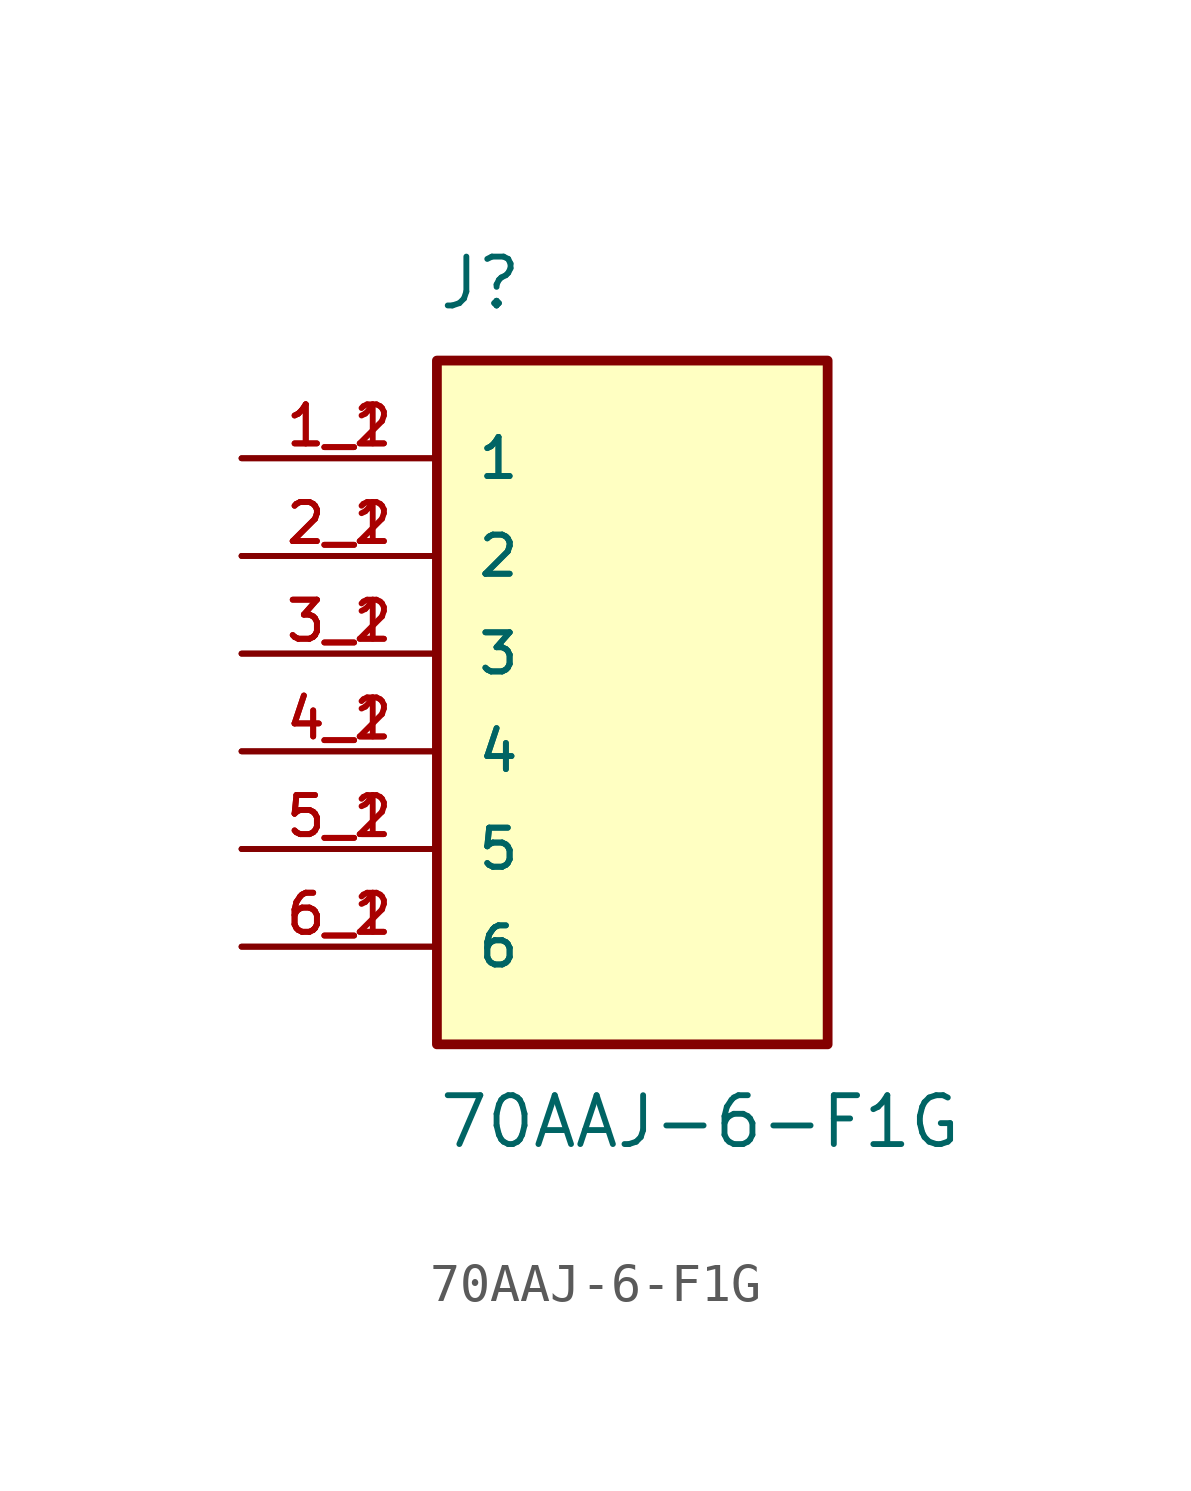
<source format=kicad_sym>
(kicad_symbol_lib
  (version 20211014)
  (generator kicad_symbol_editor)
  (symbol "70AAJ-6-F1G"
    (pin_names
      (offset 1.016))
    (property "Reference" "J"
      (at -5.08 8.89 0)
      (effects (font (size 1.27 1.27)) (justify bottom left)))
    (property "Value" "70AAJ-6-F1G"
      (at -5.08 -11.43 0)
      (effects (font (size 1.27 1.27)) (justify top left)))
    (symbol "70AAJ-6-F1G_0_0"
      (rectangle (start -5.08 -10.16) (end 5.08 7.62) (stroke (width 0.254)) (fill (type background)))
      (pin passive line (at -10.16 5.08 0) (length 5.08) (name "1" (effects (font (size 1.016 1.016)))) (number "1_1" (effects (font (size 1.016 1.016)))))
      (pin passive line (at -10.16 5.08 0) (length 5.08) (name "1" (effects (font (size 1.016 1.016)))) (number "1_2" (effects (font (size 1.016 1.016)))))
      (pin passive line (at -10.16 2.54 0) (length 5.08) (name "2" (effects (font (size 1.016 1.016)))) (number "2_1" (effects (font (size 1.016 1.016)))))
      (pin passive line (at -10.16 2.54 0) (length 5.08) (name "2" (effects (font (size 1.016 1.016)))) (number "2_2" (effects (font (size 1.016 1.016)))))
      (pin passive line (at -10.16 0.0 0) (length 5.08) (name "3" (effects (font (size 1.016 1.016)))) (number "3_1" (effects (font (size 1.016 1.016)))))
      (pin passive line (at -10.16 0.0 0) (length 5.08) (name "3" (effects (font (size 1.016 1.016)))) (number "3_2" (effects (font (size 1.016 1.016)))))
      (pin passive line (at -10.16 -2.54 0) (length 5.08) (name "4" (effects (font (size 1.016 1.016)))) (number "4_1" (effects (font (size 1.016 1.016)))))
      (pin passive line (at -10.16 -2.54 0) (length 5.08) (name "4" (effects (font (size 1.016 1.016)))) (number "4_2" (effects (font (size 1.016 1.016)))))
      (pin passive line (at -10.16 -5.08 0) (length 5.08) (name "5" (effects (font (size 1.016 1.016)))) (number "5_1" (effects (font (size 1.016 1.016)))))
      (pin passive line (at -10.16 -5.08 0) (length 5.08) (name "5" (effects (font (size 1.016 1.016)))) (number "5_2" (effects (font (size 1.016 1.016)))))
      (pin passive line (at -10.16 -7.62 0) (length 5.08) (name "6" (effects (font (size 1.016 1.016)))) (number "6_1" (effects (font (size 1.016 1.016)))))
      (pin passive line (at -10.16 -7.62 0) (length 5.08) (name "6" (effects (font (size 1.016 1.016)))) (number "6_2" (effects (font (size 1.016 1.016))))))))
</source>
